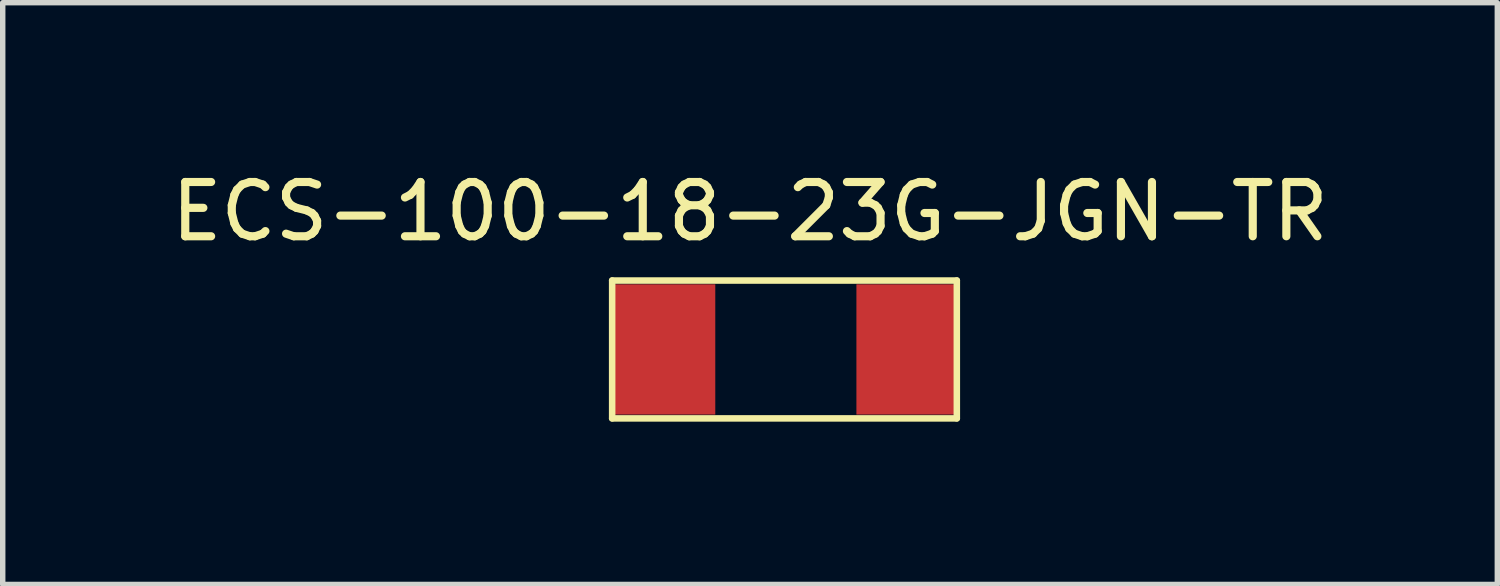
<source format=kicad_pcb>
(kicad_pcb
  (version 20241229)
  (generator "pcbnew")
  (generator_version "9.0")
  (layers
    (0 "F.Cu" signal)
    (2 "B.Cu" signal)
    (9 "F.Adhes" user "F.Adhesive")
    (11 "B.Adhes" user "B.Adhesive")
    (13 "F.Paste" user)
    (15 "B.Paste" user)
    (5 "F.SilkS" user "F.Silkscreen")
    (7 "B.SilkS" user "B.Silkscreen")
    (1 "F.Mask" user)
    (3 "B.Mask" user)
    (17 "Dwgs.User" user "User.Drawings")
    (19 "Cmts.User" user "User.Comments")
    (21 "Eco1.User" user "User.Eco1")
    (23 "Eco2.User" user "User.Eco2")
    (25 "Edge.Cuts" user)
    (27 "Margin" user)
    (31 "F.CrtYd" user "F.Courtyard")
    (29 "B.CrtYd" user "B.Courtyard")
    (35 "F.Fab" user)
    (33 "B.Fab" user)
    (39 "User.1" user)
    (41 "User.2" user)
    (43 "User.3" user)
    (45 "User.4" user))
  (footprint "ECS-100-18-23G-JGN-TR"
    (layer "F.Cu")
    (at 8.228 3.388)
    (property "Reference" "ECS-100-18-23G-JGN-TR" (at 2.54 -2.54 0) (layer "F.SilkS") (effects (font (size 1 1) (thickness 0.15))))
    (attr through_hole)
    (fp_line (start 0 -1.27) (end 0 1.27) (stroke (width 0.12) (type solid)) (layer "F.SilkS"))
    (fp_line (start 0 1.27) (end 6.35 1.27) (stroke (width 0.12) (type solid)) (layer "F.SilkS"))
    (fp_line (start 6.35 -1.27) (end 0 -1.27) (stroke (width 0.12) (type solid)) (layer "F.SilkS"))
    (fp_line (start 6.35 1.27) (end 6.35 -1.27) (stroke (width 0.12) (type solid)) (layer "F.SilkS"))
    (pad "1" smd rect (at 0.95 0) (size 1.9 2.4) (layers "F.Cu" "F.Mask" "F.Paste"))
    (pad "2" smd rect (at 5.45 0) (size 1.9 2.4) (layers "F.Cu" "F.Mask" "F.Paste")))
  (gr_rect
    (start -3 -3)
    (end 24.536 7.718)
    (stroke (width 0.1) (type default))
    (fill no)
    (layer "Edge.Cuts")))
</source>
